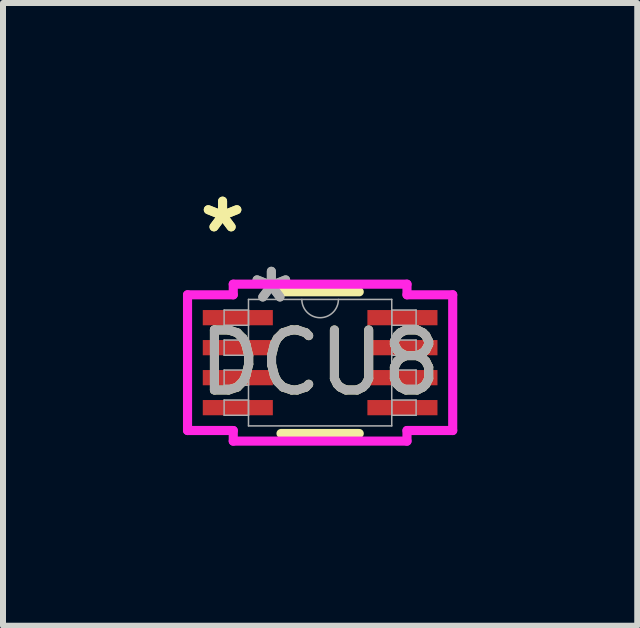
<source format=kicad_pcb>
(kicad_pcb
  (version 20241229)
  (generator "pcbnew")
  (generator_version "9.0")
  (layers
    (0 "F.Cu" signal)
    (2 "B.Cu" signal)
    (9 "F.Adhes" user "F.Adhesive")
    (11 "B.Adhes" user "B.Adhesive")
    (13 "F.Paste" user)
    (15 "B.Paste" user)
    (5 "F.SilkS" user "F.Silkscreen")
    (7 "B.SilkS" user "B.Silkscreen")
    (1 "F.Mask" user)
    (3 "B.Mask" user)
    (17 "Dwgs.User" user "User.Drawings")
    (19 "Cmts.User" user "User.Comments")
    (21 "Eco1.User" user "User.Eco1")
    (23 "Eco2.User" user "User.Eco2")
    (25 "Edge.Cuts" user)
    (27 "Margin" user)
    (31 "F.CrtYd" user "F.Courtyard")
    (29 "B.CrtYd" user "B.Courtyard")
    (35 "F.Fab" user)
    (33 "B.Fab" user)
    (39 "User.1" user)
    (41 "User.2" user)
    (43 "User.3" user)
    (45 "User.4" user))
  (footprint "DCU8"
    (layer "F.Cu")
    (at 2.286 2.995)
    (property "Reference" "DCU8" (at 0 0 0) (unlocked yes) (layer "F.SilkS") (effects (font (size 1 1) (thickness 0.15))))
    (attr smd)
    (fp_line (start -0.652 1.181) (end 0.652 1.181) (stroke (width 0.152) (type solid)) (layer "F.SilkS"))
    (fp_line (start 0.652 -1.181) (end -0.652 -1.181) (stroke (width 0.152) (type solid)) (layer "F.SilkS"))
    (fp_line (start -2.21 -1.131) (end -1.448 -1.131) (stroke (width 0.152) (type solid)) (layer "F.CrtYd"))
    (fp_line (start -2.21 1.131) (end -2.21 -1.131) (stroke (width 0.152) (type solid)) (layer "F.CrtYd"))
    (fp_line (start -2.21 1.131) (end -1.448 1.131) (stroke (width 0.152) (type solid)) (layer "F.CrtYd"))
    (fp_line (start -1.448 -1.308) (end 1.448 -1.308) (stroke (width 0.152) (type solid)) (layer "F.CrtYd"))
    (fp_line (start -1.448 -1.131) (end -1.448 -1.308) (stroke (width 0.152) (type solid)) (layer "F.CrtYd"))
    (fp_line (start -1.448 1.308) (end -1.448 1.131) (stroke (width 0.152) (type solid)) (layer "F.CrtYd"))
    (fp_line (start 1.448 -1.308) (end 1.448 -1.131) (stroke (width 0.152) (type solid)) (layer "F.CrtYd"))
    (fp_line (start 1.448 1.131) (end 1.448 1.308) (stroke (width 0.152) (type solid)) (layer "F.CrtYd"))
    (fp_line (start 1.448 1.308) (end -1.448 1.308) (stroke (width 0.152) (type solid)) (layer "F.CrtYd"))
    (fp_line (start 2.21 -1.131) (end 1.448 -1.131) (stroke (width 0.152) (type solid)) (layer "F.CrtYd"))
    (fp_line (start 2.21 -1.131) (end 2.21 1.131) (stroke (width 0.152) (type solid)) (layer "F.CrtYd"))
    (fp_line (start 2.21 1.131) (end 1.448 1.131) (stroke (width 0.152) (type solid)) (layer "F.CrtYd"))
    (fp_line (start -1.6 -0.877) (end -1.6 -0.623) (stroke (width 0.025) (type solid)) (layer "F.Fab"))
    (fp_line (start -1.6 -0.623) (end -1.194 -0.623) (stroke (width 0.025) (type solid)) (layer "F.Fab"))
    (fp_line (start -1.6 -0.377) (end -1.6 -0.123) (stroke (width 0.025) (type solid)) (layer "F.Fab"))
    (fp_line (start -1.6 -0.123) (end -1.194 -0.123) (stroke (width 0.025) (type solid)) (layer "F.Fab"))
    (fp_line (start -1.6 0.123) (end -1.6 0.377) (stroke (width 0.025) (type solid)) (layer "F.Fab"))
    (fp_line (start -1.6 0.377) (end -1.194 0.377) (stroke (width 0.025) (type solid)) (layer "F.Fab"))
    (fp_line (start -1.6 0.623) (end -1.6 0.877) (stroke (width 0.025) (type solid)) (layer "F.Fab"))
    (fp_line (start -1.6 0.877) (end -1.194 0.877) (stroke (width 0.025) (type solid)) (layer "F.Fab"))
    (fp_line (start -1.194 -1.054) (end -1.194 1.054) (stroke (width 0.025) (type solid)) (layer "F.Fab"))
    (fp_line (start -1.194 -0.877) (end -1.6 -0.877) (stroke (width 0.025) (type solid)) (layer "F.Fab"))
    (fp_line (start -1.194 -0.623) (end -1.194 -0.877) (stroke (width 0.025) (type solid)) (layer "F.Fab"))
    (fp_line (start -1.194 -0.377) (end -1.6 -0.377) (stroke (width 0.025) (type solid)) (layer "F.Fab"))
    (fp_line (start -1.194 -0.123) (end -1.194 -0.377) (stroke (width 0.025) (type solid)) (layer "F.Fab"))
    (fp_line (start -1.194 0.123) (end -1.6 0.123) (stroke (width 0.025) (type solid)) (layer "F.Fab"))
    (fp_line (start -1.194 0.377) (end -1.194 0.123) (stroke (width 0.025) (type solid)) (layer "F.Fab"))
    (fp_line (start -1.194 0.623) (end -1.6 0.623) (stroke (width 0.025) (type solid)) (layer "F.Fab"))
    (fp_line (start -1.194 0.877) (end -1.194 0.623) (stroke (width 0.025) (type solid)) (layer "F.Fab"))
    (fp_line (start -1.194 1.054) (end 1.194 1.054) (stroke (width 0.025) (type solid)) (layer "F.Fab"))
    (fp_line (start 1.194 -1.054) (end -1.194 -1.054) (stroke (width 0.025) (type solid)) (layer "F.Fab"))
    (fp_line (start 1.194 -0.877) (end 1.194 -0.623) (stroke (width 0.025) (type solid)) (layer "F.Fab"))
    (fp_line (start 1.194 -0.623) (end 1.6 -0.623) (stroke (width 0.025) (type solid)) (layer "F.Fab"))
    (fp_line (start 1.194 -0.377) (end 1.194 -0.123) (stroke (width 0.025) (type solid)) (layer "F.Fab"))
    (fp_line (start 1.194 -0.123) (end 1.6 -0.123) (stroke (width 0.025) (type solid)) (layer "F.Fab"))
    (fp_line (start 1.194 0.123) (end 1.194 0.377) (stroke (width 0.025) (type solid)) (layer "F.Fab"))
    (fp_line (start 1.194 0.377) (end 1.6 0.377) (stroke (width 0.025) (type solid)) (layer "F.Fab"))
    (fp_line (start 1.194 0.623) (end 1.194 0.877) (stroke (width 0.025) (type solid)) (layer "F.Fab"))
    (fp_line (start 1.194 0.877) (end 1.6 0.877) (stroke (width 0.025) (type solid)) (layer "F.Fab"))
    (fp_line (start 1.194 1.054) (end 1.194 -1.054) (stroke (width 0.025) (type solid)) (layer "F.Fab"))
    (fp_line (start 1.6 -0.877) (end 1.194 -0.877) (stroke (width 0.025) (type solid)) (layer "F.Fab"))
    (fp_line (start 1.6 -0.623) (end 1.6 -0.877) (stroke (width 0.025) (type solid)) (layer "F.Fab"))
    (fp_line (start 1.6 -0.377) (end 1.194 -0.377) (stroke (width 0.025) (type solid)) (layer "F.Fab"))
    (fp_line (start 1.6 -0.123) (end 1.6 -0.377) (stroke (width 0.025) (type solid)) (layer "F.Fab"))
    (fp_line (start 1.6 0.123) (end 1.194 0.123) (stroke (width 0.025) (type solid)) (layer "F.Fab"))
    (fp_line (start 1.6 0.377) (end 1.6 0.123) (stroke (width 0.025) (type solid)) (layer "F.Fab"))
    (fp_line (start 1.6 0.623) (end 1.194 0.623) (stroke (width 0.025) (type solid)) (layer "F.Fab"))
    (fp_line (start 1.6 0.877) (end 1.6 0.623) (stroke (width 0.025) (type solid)) (layer "F.Fab"))
    (fp_arc (start 0.3048 -1.0541) (mid 0 -0.7493) (end -0.3048 -1.0541) (stroke (width 0.0254) (type solid)) (layer "F.Fab"))
    (fp_text user "*" (at -1.626 -2.147 0) (layer "F.SilkS") (effects (font (size 1 1) (thickness 0.15))))
    (fp_text user "*" (at -1.626 -2.147 0) (unlocked yes) (layer "F.SilkS") (effects (font (size 1 1) (thickness 0.15))))
    (fp_text user "${REFERENCE}" (at 0 0 0) (unlocked yes) (layer "F.Fab") (effects (font (size 1 1) (thickness 0.15))))
    (fp_text user "*" (at -0.813 -0.978 0) (unlocked yes) (layer "F.Fab") (effects (font (size 1 1) (thickness 0.15))))
    (fp_text user "*" (at -0.813 -0.978 0) (layer "F.Fab") (effects (font (size 1 1) (thickness 0.15))))
    (pad "1" smd rect (at -1.372 -0.75) (size 1.168 0.254) (layers "F.Cu" "F.Mask" "F.Paste"))
    (pad "2" smd rect (at -1.372 -0.25) (size 1.168 0.254) (layers "F.Cu" "F.Mask" "F.Paste"))
    (pad "3" smd rect (at -1.372 0.25) (size 1.168 0.254) (layers "F.Cu" "F.Mask" "F.Paste"))
    (pad "4" smd rect (at -1.372 0.75) (size 1.168 0.254) (layers "F.Cu" "F.Mask" "F.Paste"))
    (pad "5" smd rect (at 1.372 0.75) (size 1.168 0.254) (layers "F.Cu" "F.Mask" "F.Paste"))
    (pad "6" smd rect (at 1.372 0.25) (size 1.168 0.254) (layers "F.Cu" "F.Mask" "F.Paste"))
    (pad "7" smd rect (at 1.372 -0.25) (size 1.168 0.254) (layers "F.Cu" "F.Mask" "F.Paste"))
    (pad "8" smd rect (at 1.372 -0.75) (size 1.168 0.254) (layers "F.Cu" "F.Mask" "F.Paste")))
  (gr_rect
    (start -3 -3)
    (end 7.572 7.38)
    (stroke (width 0.1) (type default))
    (fill no)
    (layer "Edge.Cuts")))
</source>
